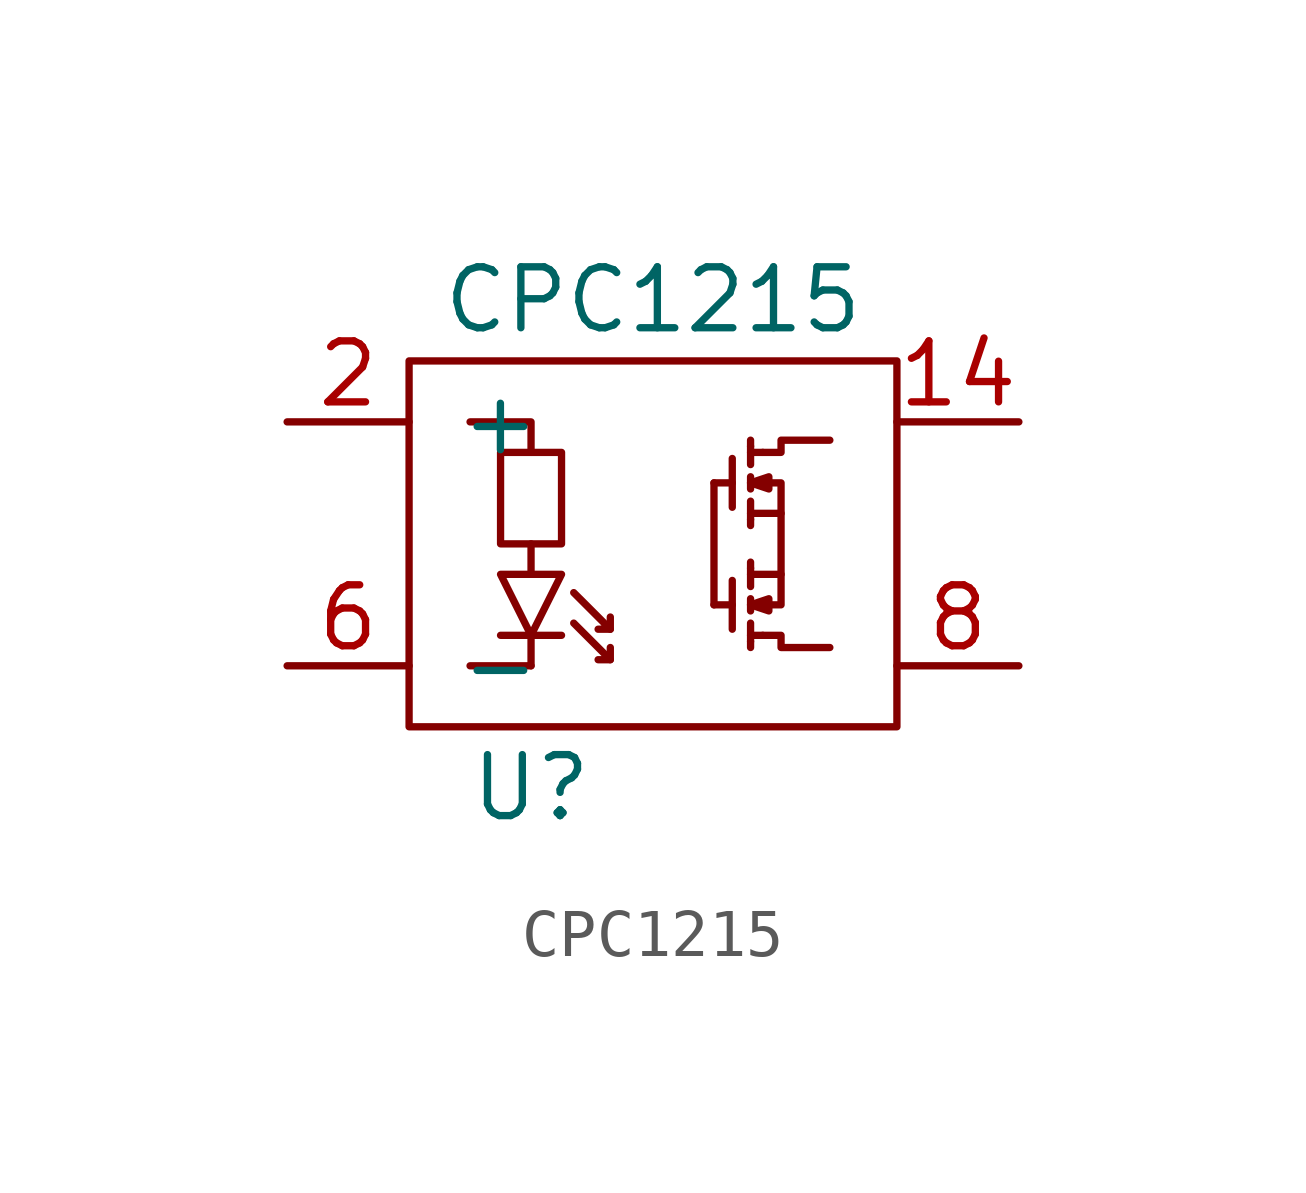
<source format=kicad_sym>
(kicad_symbol_lib
  (version 20231120)
  (generator "kicad_symbol_editor")
  (generator_version "8.0")
  (symbol "CPC1215"
    (pin_names
      (offset 1.016))
    (property "Reference" "U"
      (at -2.54 -5.08 0)
      (effects (font (size 1.27 1.27))))
    (property "Value" "CPC1215"
      (at 0 5.08 0)
      (effects (font (size 1.27 1.27))))
    (symbol "CPC1215_0_1"
      (rectangle (start -5.08 3.81) (end 5.08 -3.81) (stroke (width 0) (type default)) (fill (type none)))
      (rectangle (start -3.175 1.905) (end -1.905 0) (stroke (width 0) (type default)) (fill (type none)))
      (polyline (pts (xy -3.175 -1.905) (xy -1.905 -1.905)) (stroke (width 0) (type default)) (fill (type none)))
      (polyline (pts (xy -2.54 -2.54) (xy -3.81 -2.54)) (stroke (width 0) (type default)) (fill (type none)))
      (polyline (pts (xy -2.54 -2.54) (xy -2.54 -1.905)) (stroke (width 0) (type default)) (fill (type none)))
      (polyline (pts (xy -2.54 0) (xy -2.54 -0.635)) (stroke (width 0) (type default)) (fill (type none)))
      (polyline (pts (xy -0.889 -2.413) (xy -0.889 -2.159)) (stroke (width 0) (type default)) (fill (type none)))
      (polyline (pts (xy -0.889 -1.778) (xy -0.889 -1.524)) (stroke (width 0) (type default)) (fill (type none)))
      (polyline (pts (xy 1.27 -1.27) (xy 1.651 -1.27)) (stroke (width 0) (type default)) (fill (type none)))
      (polyline (pts (xy 1.27 1.27) (xy 1.27 -1.27)) (stroke (width 0) (type default)) (fill (type none)))
      (polyline (pts (xy 1.27 1.27) (xy 1.651 1.27)) (stroke (width 0) (type default)) (fill (type none)))
      (polyline (pts (xy 1.651 -1.778) (xy 1.651 -0.762)) (stroke (width 0) (type default)) (fill (type none)))
      (polyline (pts (xy 1.651 1.778) (xy 1.651 0.762)) (stroke (width 0) (type default)) (fill (type none)))
      (polyline (pts (xy 2.032 -2.032) (xy 2.032 -2.159)) (stroke (width 0) (type default)) (fill (type none)))
      (polyline (pts (xy 2.032 -1.651) (xy 2.032 -2.032)) (stroke (width 0) (type default)) (fill (type none)))
      (polyline (pts (xy 2.032 -1.143) (xy 2.032 -1.397)) (stroke (width 0) (type default)) (fill (type none)))
      (polyline (pts (xy 2.032 -0.508) (xy 2.032 -0.889)) (stroke (width 0) (type default)) (fill (type none)))
      (polyline (pts (xy 2.032 -0.508) (xy 2.032 -0.381)) (stroke (width 0) (type default)) (fill (type none)))
      (polyline (pts (xy 2.032 0.508) (xy 2.032 0.381)) (stroke (width 0) (type default)) (fill (type none)))
      (polyline (pts (xy 2.032 0.889) (xy 2.032 0.508)) (stroke (width 0) (type default)) (fill (type none)))
      (polyline (pts (xy 2.032 1.397) (xy 2.032 1.143)) (stroke (width 0) (type default)) (fill (type none)))
      (polyline (pts (xy 2.032 1.905) (xy 2.286 1.905)) (stroke (width 0) (type default)) (fill (type none)))
      (polyline (pts (xy 2.032 2.032) (xy 2.032 1.651)) (stroke (width 0) (type default)) (fill (type none)))
      (polyline (pts (xy 2.032 2.032) (xy 2.032 2.159)) (stroke (width 0) (type default)) (fill (type none)))
      (polyline (pts (xy 2.286 -1.905) (xy 2.032 -1.905)) (stroke (width 0) (type default)) (fill (type none)))
      (polyline (pts (xy 2.667 0.635) (xy 2.667 -0.635)) (stroke (width 0) (type default)) (fill (type none)))
      (polyline (pts (xy -3.81 2.54) (xy -2.54 2.54) (xy -2.54 1.905)) (stroke (width 0) (type default)) (fill (type none)))
      (polyline (pts (xy -1.651 -1.651) (xy -0.889 -2.413) (xy -1.143 -2.413)) (stroke (width 0) (type default)) (fill (type none)))
      (polyline (pts (xy -1.651 -1.016) (xy -0.889 -1.778) (xy -1.143 -1.778)) (stroke (width 0) (type default)) (fill (type none)))
      (polyline (pts (xy -3.175 -0.635) (xy -1.905 -0.635) (xy -2.54 -1.905) (xy -3.175 -0.635)) (stroke (width 0) (type default)) (fill (type none)))
      (polyline (pts (xy 2.032 -1.27) (xy 2.413 -1.143) (xy 2.413 -1.397) (xy 2.032 -1.27)) (stroke (width 0) (type default)) (fill (type none)))
      (polyline (pts (xy 2.032 -1.27) (xy 2.667 -1.27) (xy 2.667 -0.635) (xy 2.032 -0.635)) (stroke (width 0) (type default)) (fill (type none)))
      (polyline (pts (xy 2.032 1.27) (xy 2.413 1.397) (xy 2.413 1.143) (xy 2.032 1.27)) (stroke (width 0) (type default)) (fill (type none)))
      (polyline (pts (xy 2.032 1.27) (xy 2.667 1.27) (xy 2.667 0.635) (xy 2.032 0.635)) (stroke (width 0) (type default)) (fill (type none)))
      (polyline (pts (xy 2.286 -1.905) (xy 2.667 -1.905) (xy 2.667 -2.159) (xy 3.683 -2.159)) (stroke (width 0) (type default)) (fill (type none)))
      (polyline (pts (xy 2.286 1.905) (xy 2.667 1.905) (xy 2.667 2.159) (xy 3.683 2.159)) (stroke (width 0) (type default)) (fill (type none))))
    (symbol "CPC1215_1_1"
      (pin input line (at 7.62 2.54 180) (length 2.54) (name "~" (effects (font (size 1.27 1.27)))) (number "14" (effects (font (size 1.27 1.27)))))
      (pin input line (at -7.62 2.54 0) (length 2.54) (name "+" (effects (font (size 1.27 1.27)))) (number "2" (effects (font (size 1.27 1.27)))))
      (pin input line (at -7.62 -2.54 0) (length 2.54) (name "-" (effects (font (size 1.27 1.27)))) (number "6" (effects (font (size 1.27 1.27)))))
      (pin input line (at 7.62 -2.54 180) (length 2.54) (name "~" (effects (font (size 1.27 1.27)))) (number "8" (effects (font (size 1.27 1.27))))))))
</source>
